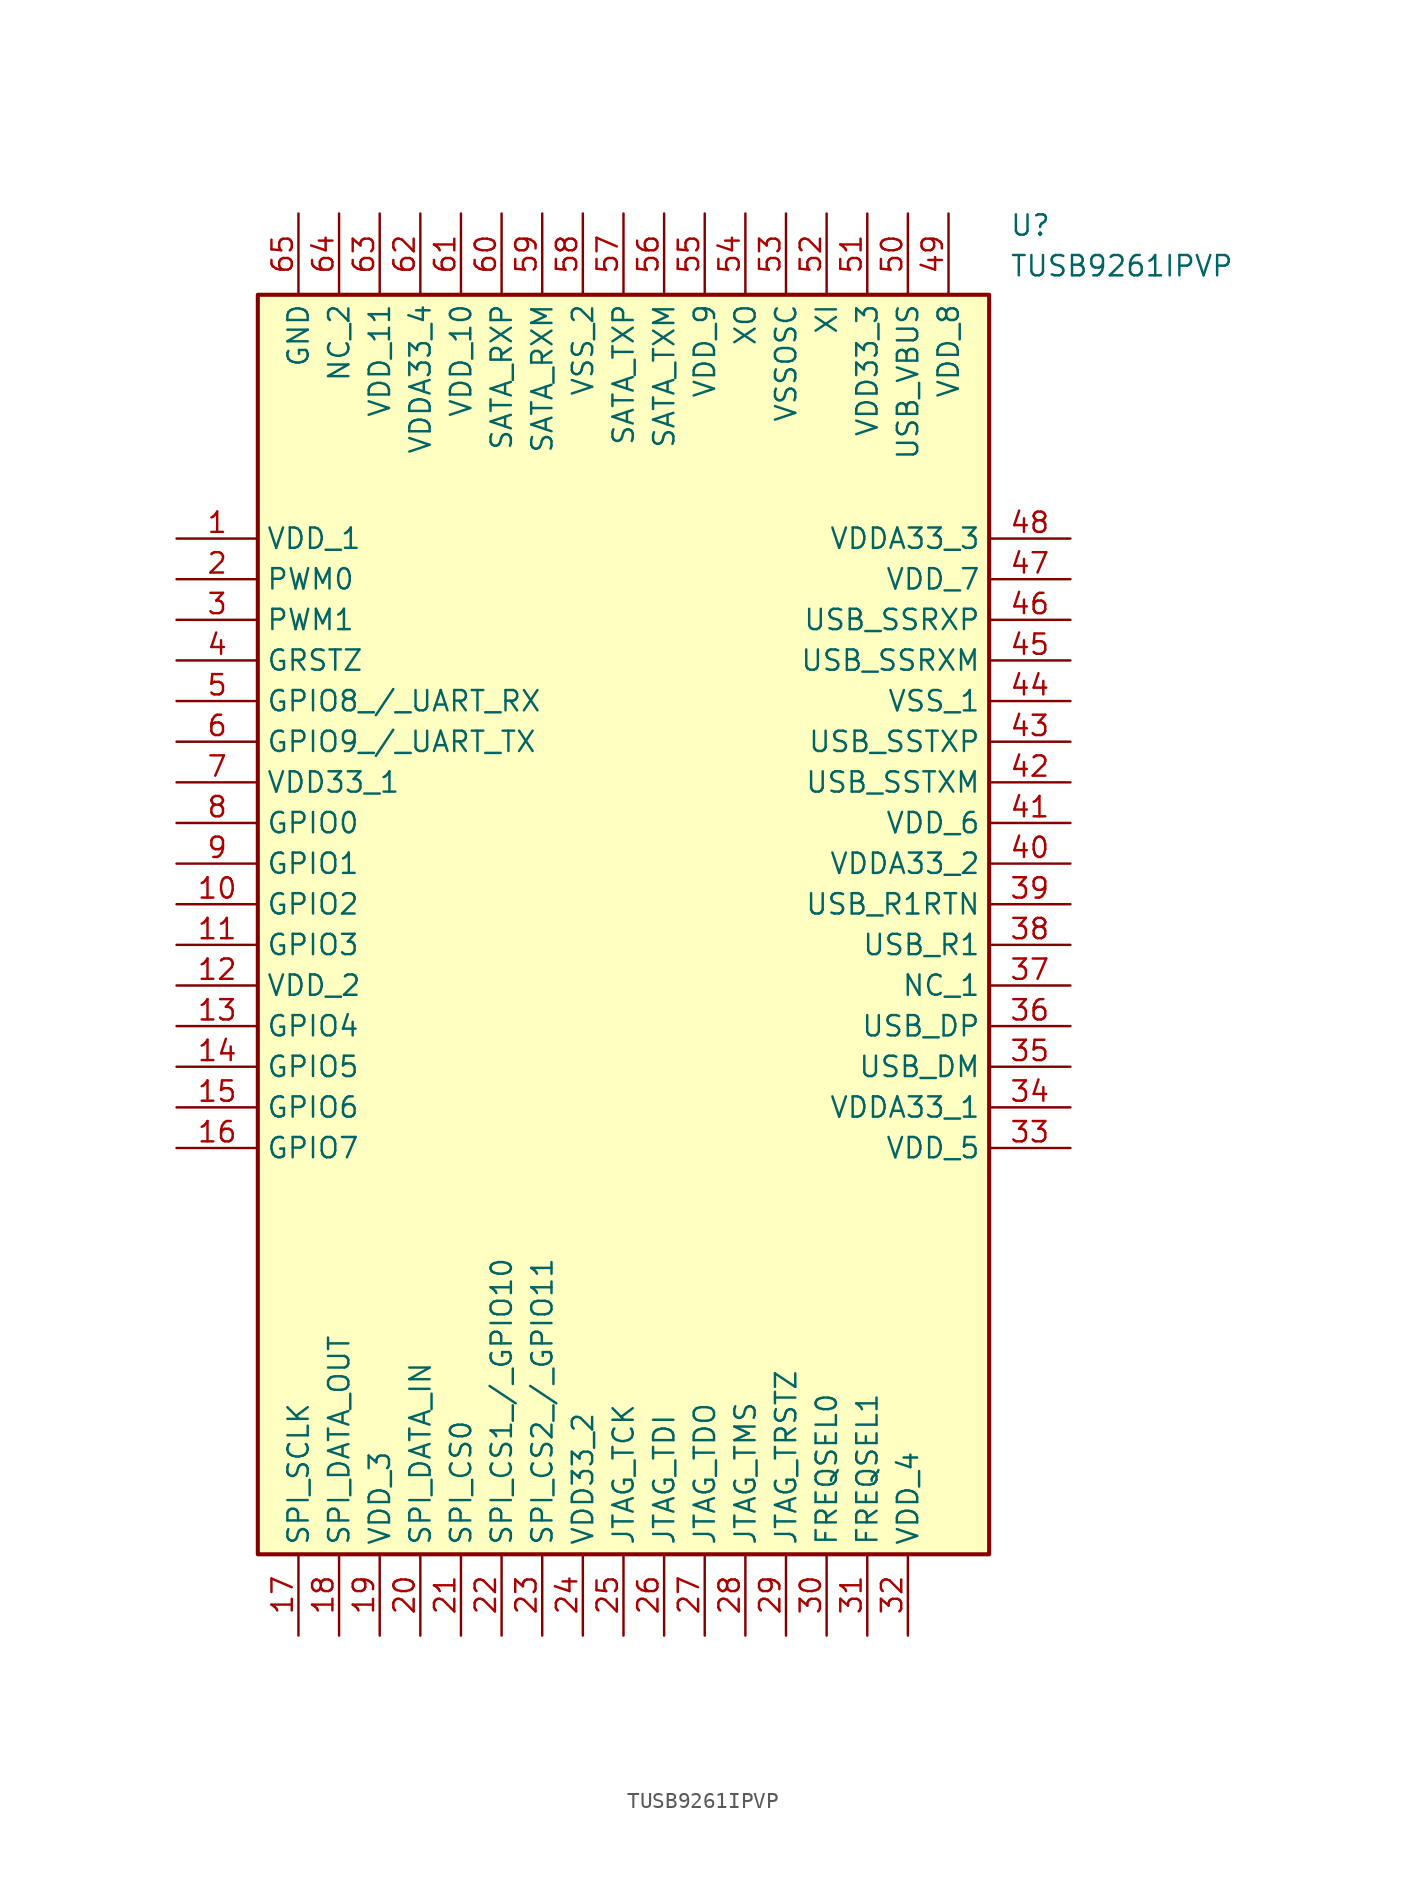
<source format=kicad_sym>
(kicad_symbol_lib
  (version 20211014)
  (generator SamacSys_ECAD_Model)
  (symbol "TUSB9261IPVP"
    (property "Reference" "U"
      (at 52.07 20.32 0)
      (effects (font (size 1.27 1.27)) (justify left top)))
    (property "Value" "TUSB9261IPVP"
      (at 52.07 17.78 0)
      (effects (font (size 1.27 1.27)) (justify left top)))
    (rectangle
      (start 5.08 15.24)
      (end 50.8 -63.5)
      (stroke (width 0.254) (type default))
      (fill (type background)))
    (pin passive line
      (at 0 0 0)
      (length 5.08)
      (name "VDD_1" (effects (font (size 1.27 1.27))))
      (number "1" (effects (font (size 1.27 1.27)))))
    (pin passive line
      (at 0 -2.54 0)
      (length 5.08)
      (name "PWM0" (effects (font (size 1.27 1.27))))
      (number "2" (effects (font (size 1.27 1.27)))))
    (pin passive line
      (at 0 -5.08 0)
      (length 5.08)
      (name "PWM1" (effects (font (size 1.27 1.27))))
      (number "3" (effects (font (size 1.27 1.27)))))
    (pin passive line
      (at 0 -7.62 0)
      (length 5.08)
      (name "GRSTZ" (effects (font (size 1.27 1.27))))
      (number "4" (effects (font (size 1.27 1.27)))))
    (pin passive line
      (at 0 -10.16 0)
      (length 5.08)
      (name "GPIO8_/_UART_RX" (effects (font (size 1.27 1.27))))
      (number "5" (effects (font (size 1.27 1.27)))))
    (pin passive line
      (at 0 -12.7 0)
      (length 5.08)
      (name "GPIO9_/_UART_TX" (effects (font (size 1.27 1.27))))
      (number "6" (effects (font (size 1.27 1.27)))))
    (pin passive line
      (at 0 -15.24 0)
      (length 5.08)
      (name "VDD33_1" (effects (font (size 1.27 1.27))))
      (number "7" (effects (font (size 1.27 1.27)))))
    (pin passive line
      (at 0 -17.78 0)
      (length 5.08)
      (name "GPIO0" (effects (font (size 1.27 1.27))))
      (number "8" (effects (font (size 1.27 1.27)))))
    (pin passive line
      (at 0 -20.32 0)
      (length 5.08)
      (name "GPIO1" (effects (font (size 1.27 1.27))))
      (number "9" (effects (font (size 1.27 1.27)))))
    (pin passive line
      (at 0 -22.86 0)
      (length 5.08)
      (name "GPIO2" (effects (font (size 1.27 1.27))))
      (number "10" (effects (font (size 1.27 1.27)))))
    (pin passive line
      (at 0 -25.4 0)
      (length 5.08)
      (name "GPIO3" (effects (font (size 1.27 1.27))))
      (number "11" (effects (font (size 1.27 1.27)))))
    (pin passive line
      (at 0 -27.94 0)
      (length 5.08)
      (name "VDD_2" (effects (font (size 1.27 1.27))))
      (number "12" (effects (font (size 1.27 1.27)))))
    (pin passive line
      (at 0 -30.48 0)
      (length 5.08)
      (name "GPIO4" (effects (font (size 1.27 1.27))))
      (number "13" (effects (font (size 1.27 1.27)))))
    (pin passive line
      (at 0 -33.02 0)
      (length 5.08)
      (name "GPIO5" (effects (font (size 1.27 1.27))))
      (number "14" (effects (font (size 1.27 1.27)))))
    (pin passive line
      (at 0 -35.56 0)
      (length 5.08)
      (name "GPIO6" (effects (font (size 1.27 1.27))))
      (number "15" (effects (font (size 1.27 1.27)))))
    (pin passive line
      (at 0 -38.1 0)
      (length 5.08)
      (name "GPIO7" (effects (font (size 1.27 1.27))))
      (number "16" (effects (font (size 1.27 1.27)))))
    (pin passive line
      (at 7.62 -68.58 90)
      (length 5.08)
      (name "SPI_SCLK" (effects (font (size 1.27 1.27))))
      (number "17" (effects (font (size 1.27 1.27)))))
    (pin passive line
      (at 10.16 -68.58 90)
      (length 5.08)
      (name "SPI_DATA_OUT" (effects (font (size 1.27 1.27))))
      (number "18" (effects (font (size 1.27 1.27)))))
    (pin passive line
      (at 12.7 -68.58 90)
      (length 5.08)
      (name "VDD_3" (effects (font (size 1.27 1.27))))
      (number "19" (effects (font (size 1.27 1.27)))))
    (pin passive line
      (at 15.24 -68.58 90)
      (length 5.08)
      (name "SPI_DATA_IN" (effects (font (size 1.27 1.27))))
      (number "20" (effects (font (size 1.27 1.27)))))
    (pin passive line
      (at 17.78 -68.58 90)
      (length 5.08)
      (name "SPI_CS0" (effects (font (size 1.27 1.27))))
      (number "21" (effects (font (size 1.27 1.27)))))
    (pin passive line
      (at 20.32 -68.58 90)
      (length 5.08)
      (name "SPI_CS1_/_GPIO10" (effects (font (size 1.27 1.27))))
      (number "22" (effects (font (size 1.27 1.27)))))
    (pin passive line
      (at 22.86 -68.58 90)
      (length 5.08)
      (name "SPI_CS2_/_GPIO11" (effects (font (size 1.27 1.27))))
      (number "23" (effects (font (size 1.27 1.27)))))
    (pin passive line
      (at 25.4 -68.58 90)
      (length 5.08)
      (name "VDD33_2" (effects (font (size 1.27 1.27))))
      (number "24" (effects (font (size 1.27 1.27)))))
    (pin passive line
      (at 27.94 -68.58 90)
      (length 5.08)
      (name "JTAG_TCK" (effects (font (size 1.27 1.27))))
      (number "25" (effects (font (size 1.27 1.27)))))
    (pin passive line
      (at 30.48 -68.58 90)
      (length 5.08)
      (name "JTAG_TDI" (effects (font (size 1.27 1.27))))
      (number "26" (effects (font (size 1.27 1.27)))))
    (pin passive line
      (at 33.02 -68.58 90)
      (length 5.08)
      (name "JTAG_TDO" (effects (font (size 1.27 1.27))))
      (number "27" (effects (font (size 1.27 1.27)))))
    (pin passive line
      (at 35.56 -68.58 90)
      (length 5.08)
      (name "JTAG_TMS" (effects (font (size 1.27 1.27))))
      (number "28" (effects (font (size 1.27 1.27)))))
    (pin passive line
      (at 38.1 -68.58 90)
      (length 5.08)
      (name "JTAG_TRSTZ" (effects (font (size 1.27 1.27))))
      (number "29" (effects (font (size 1.27 1.27)))))
    (pin passive line
      (at 40.64 -68.58 90)
      (length 5.08)
      (name "FREQSEL0" (effects (font (size 1.27 1.27))))
      (number "30" (effects (font (size 1.27 1.27)))))
    (pin passive line
      (at 43.18 -68.58 90)
      (length 5.08)
      (name "FREQSEL1" (effects (font (size 1.27 1.27))))
      (number "31" (effects (font (size 1.27 1.27)))))
    (pin passive line
      (at 45.72 -68.58 90)
      (length 5.08)
      (name "VDD_4" (effects (font (size 1.27 1.27))))
      (number "32" (effects (font (size 1.27 1.27)))))
    (pin passive line
      (at 55.88 0 180)
      (length 5.08)
      (name "VDDA33_3" (effects (font (size 1.27 1.27))))
      (number "48" (effects (font (size 1.27 1.27)))))
    (pin passive line
      (at 55.88 -2.54 180)
      (length 5.08)
      (name "VDD_7" (effects (font (size 1.27 1.27))))
      (number "47" (effects (font (size 1.27 1.27)))))
    (pin passive line
      (at 55.88 -5.08 180)
      (length 5.08)
      (name "USB_SSRXP" (effects (font (size 1.27 1.27))))
      (number "46" (effects (font (size 1.27 1.27)))))
    (pin passive line
      (at 55.88 -7.62 180)
      (length 5.08)
      (name "USB_SSRXM" (effects (font (size 1.27 1.27))))
      (number "45" (effects (font (size 1.27 1.27)))))
    (pin passive line
      (at 55.88 -10.16 180)
      (length 5.08)
      (name "VSS_1" (effects (font (size 1.27 1.27))))
      (number "44" (effects (font (size 1.27 1.27)))))
    (pin passive line
      (at 55.88 -12.7 180)
      (length 5.08)
      (name "USB_SSTXP" (effects (font (size 1.27 1.27))))
      (number "43" (effects (font (size 1.27 1.27)))))
    (pin passive line
      (at 55.88 -15.24 180)
      (length 5.08)
      (name "USB_SSTXM" (effects (font (size 1.27 1.27))))
      (number "42" (effects (font (size 1.27 1.27)))))
    (pin passive line
      (at 55.88 -17.78 180)
      (length 5.08)
      (name "VDD_6" (effects (font (size 1.27 1.27))))
      (number "41" (effects (font (size 1.27 1.27)))))
    (pin passive line
      (at 55.88 -20.32 180)
      (length 5.08)
      (name "VDDA33_2" (effects (font (size 1.27 1.27))))
      (number "40" (effects (font (size 1.27 1.27)))))
    (pin passive line
      (at 55.88 -22.86 180)
      (length 5.08)
      (name "USB_R1RTN" (effects (font (size 1.27 1.27))))
      (number "39" (effects (font (size 1.27 1.27)))))
    (pin passive line
      (at 55.88 -25.4 180)
      (length 5.08)
      (name "USB_R1" (effects (font (size 1.27 1.27))))
      (number "38" (effects (font (size 1.27 1.27)))))
    (pin passive line
      (at 55.88 -27.94 180)
      (length 5.08)
      (name "NC_1" (effects (font (size 1.27 1.27))))
      (number "37" (effects (font (size 1.27 1.27)))))
    (pin passive line
      (at 55.88 -30.48 180)
      (length 5.08)
      (name "USB_DP" (effects (font (size 1.27 1.27))))
      (number "36" (effects (font (size 1.27 1.27)))))
    (pin passive line
      (at 55.88 -33.02 180)
      (length 5.08)
      (name "USB_DM" (effects (font (size 1.27 1.27))))
      (number "35" (effects (font (size 1.27 1.27)))))
    (pin passive line
      (at 55.88 -35.56 180)
      (length 5.08)
      (name "VDDA33_1" (effects (font (size 1.27 1.27))))
      (number "34" (effects (font (size 1.27 1.27)))))
    (pin passive line
      (at 55.88 -38.1 180)
      (length 5.08)
      (name "VDD_5" (effects (font (size 1.27 1.27))))
      (number "33" (effects (font (size 1.27 1.27)))))
    (pin passive line
      (at 7.62 20.32 270)
      (length 5.08)
      (name "GND" (effects (font (size 1.27 1.27))))
      (number "65" (effects (font (size 1.27 1.27)))))
    (pin passive line
      (at 10.16 20.32 270)
      (length 5.08)
      (name "NC_2" (effects (font (size 1.27 1.27))))
      (number "64" (effects (font (size 1.27 1.27)))))
    (pin passive line
      (at 12.7 20.32 270)
      (length 5.08)
      (name "VDD_11" (effects (font (size 1.27 1.27))))
      (number "63" (effects (font (size 1.27 1.27)))))
    (pin passive line
      (at 15.24 20.32 270)
      (length 5.08)
      (name "VDDA33_4" (effects (font (size 1.27 1.27))))
      (number "62" (effects (font (size 1.27 1.27)))))
    (pin passive line
      (at 17.78 20.32 270)
      (length 5.08)
      (name "VDD_10" (effects (font (size 1.27 1.27))))
      (number "61" (effects (font (size 1.27 1.27)))))
    (pin passive line
      (at 20.32 20.32 270)
      (length 5.08)
      (name "SATA_RXP" (effects (font (size 1.27 1.27))))
      (number "60" (effects (font (size 1.27 1.27)))))
    (pin passive line
      (at 22.86 20.32 270)
      (length 5.08)
      (name "SATA_RXM" (effects (font (size 1.27 1.27))))
      (number "59" (effects (font (size 1.27 1.27)))))
    (pin passive line
      (at 25.4 20.32 270)
      (length 5.08)
      (name "VSS_2" (effects (font (size 1.27 1.27))))
      (number "58" (effects (font (size 1.27 1.27)))))
    (pin passive line
      (at 27.94 20.32 270)
      (length 5.08)
      (name "SATA_TXP" (effects (font (size 1.27 1.27))))
      (number "57" (effects (font (size 1.27 1.27)))))
    (pin passive line
      (at 30.48 20.32 270)
      (length 5.08)
      (name "SATA_TXM" (effects (font (size 1.27 1.27))))
      (number "56" (effects (font (size 1.27 1.27)))))
    (pin passive line
      (at 33.02 20.32 270)
      (length 5.08)
      (name "VDD_9" (effects (font (size 1.27 1.27))))
      (number "55" (effects (font (size 1.27 1.27)))))
    (pin passive line
      (at 35.56 20.32 270)
      (length 5.08)
      (name "XO" (effects (font (size 1.27 1.27))))
      (number "54" (effects (font (size 1.27 1.27)))))
    (pin passive line
      (at 38.1 20.32 270)
      (length 5.08)
      (name "VSSOSC" (effects (font (size 1.27 1.27))))
      (number "53" (effects (font (size 1.27 1.27)))))
    (pin passive line
      (at 40.64 20.32 270)
      (length 5.08)
      (name "XI" (effects (font (size 1.27 1.27))))
      (number "52" (effects (font (size 1.27 1.27)))))
    (pin passive line
      (at 43.18 20.32 270)
      (length 5.08)
      (name "VDD33_3" (effects (font (size 1.27 1.27))))
      (number "51" (effects (font (size 1.27 1.27)))))
    (pin passive line
      (at 45.72 20.32 270)
      (length 5.08)
      (name "USB_VBUS" (effects (font (size 1.27 1.27))))
      (number "50" (effects (font (size 1.27 1.27)))))
    (pin passive line
      (at 48.26 20.32 270)
      (length 5.08)
      (name "VDD_8" (effects (font (size 1.27 1.27))))
      (number "49" (effects (font (size 1.27 1.27)))))))
</source>
